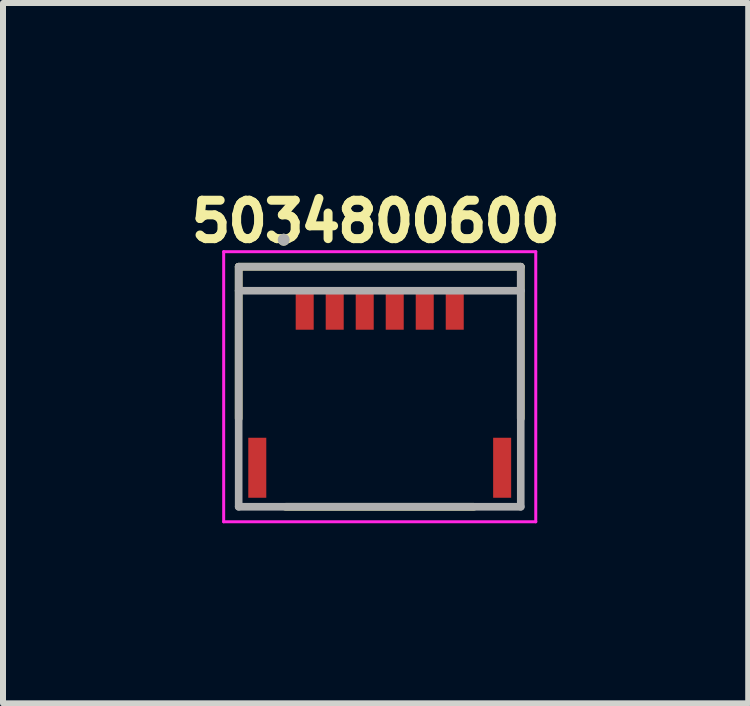
<source format=kicad_pcb>
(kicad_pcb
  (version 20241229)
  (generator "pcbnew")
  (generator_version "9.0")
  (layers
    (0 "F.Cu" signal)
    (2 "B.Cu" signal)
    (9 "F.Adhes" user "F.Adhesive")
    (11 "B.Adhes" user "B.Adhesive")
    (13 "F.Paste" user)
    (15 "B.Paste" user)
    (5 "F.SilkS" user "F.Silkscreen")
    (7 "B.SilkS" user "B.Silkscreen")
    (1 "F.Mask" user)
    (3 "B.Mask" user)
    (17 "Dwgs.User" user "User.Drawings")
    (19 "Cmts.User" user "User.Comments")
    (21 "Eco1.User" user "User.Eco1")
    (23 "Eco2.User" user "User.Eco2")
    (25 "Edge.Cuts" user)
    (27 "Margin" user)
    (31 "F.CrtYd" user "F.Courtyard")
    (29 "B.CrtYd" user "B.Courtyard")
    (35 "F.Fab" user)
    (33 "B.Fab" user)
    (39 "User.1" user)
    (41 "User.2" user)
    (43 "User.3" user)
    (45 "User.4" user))
  (footprint "5034800600"
    (layer "F.Cu")
    (at 3.277 3.494)
    (property "Reference" "5034800600" (at -0.068 -2.856 0) (layer "F.SilkS") (effects (font (size 0.64 0.64) (thickness 0.15))))
    (attr through_hole)
    (fp_line (start -2.35 -2.1) (end -2.35 0.43) (stroke (width 0.127) (type solid)) (layer "F.SilkS"))
    (fp_line (start -2.35 -2.1) (end 2.35 -2.1) (stroke (width 0.127) (type solid)) (layer "F.SilkS"))
    (fp_line (start -1.57 1.9) (end 1.57 1.9) (stroke (width 0.127) (type solid)) (layer "F.SilkS"))
    (fp_line (start 2.35 -2.1) (end 2.35 0.43) (stroke (width 0.127) (type solid)) (layer "F.SilkS"))
    (fp_circle (center -1.6 -2.55) (end -1.55 -2.55) (stroke (width 0.1) (type solid)) (fill no) (layer "F.SilkS"))
    (fp_line (start -2.6 -2.35) (end -2.6 2.15) (stroke (width 0.05) (type solid)) (layer "F.CrtYd"))
    (fp_line (start -2.6 2.15) (end 2.6 2.15) (stroke (width 0.05) (type solid)) (layer "F.CrtYd"))
    (fp_line (start 2.6 -2.35) (end -2.6 -2.35) (stroke (width 0.05) (type solid)) (layer "F.CrtYd"))
    (fp_line (start 2.6 2.15) (end 2.6 -2.35) (stroke (width 0.05) (type solid)) (layer "F.CrtYd"))
    (fp_line (start -2.35 -2.1) (end 2.35 -2.1) (stroke (width 0.127) (type solid)) (layer "F.Fab"))
    (fp_line (start -2.35 -1.7) (end -2.35 -2.1) (stroke (width 0.127) (type solid)) (layer "F.Fab"))
    (fp_line (start -2.35 -1.7) (end 2.35 -1.7) (stroke (width 0.127) (type solid)) (layer "F.Fab"))
    (fp_line (start -2.35 1.9) (end -2.35 -1.7) (stroke (width 0.127) (type solid)) (layer "F.Fab"))
    (fp_line (start 2.35 -2.1) (end 2.35 -1.7) (stroke (width 0.127) (type solid)) (layer "F.Fab"))
    (fp_line (start 2.35 -1.7) (end 2.35 1.9) (stroke (width 0.127) (type solid)) (layer "F.Fab"))
    (fp_line (start 2.35 1.9) (end -2.35 1.9) (stroke (width 0.127) (type solid)) (layer "F.Fab"))
    (fp_circle (center -1.6 -2.55) (end -1.55 -2.55) (stroke (width 0.1) (type solid)) (fill no) (layer "F.Fab"))
    (pad "1" smd rect (at -1.25 -1.4) (size 0.3 0.7) (layers "F.Cu" "F.Mask" "F.Paste"))
    (pad "2" smd rect (at -0.75 -1.4) (size 0.3 0.7) (layers "F.Cu" "F.Mask" "F.Paste"))
    (pad "3" smd rect (at -0.25 -1.4) (size 0.3 0.7) (layers "F.Cu" "F.Mask" "F.Paste"))
    (pad "4" smd rect (at 0.25 -1.4) (size 0.3 0.7) (layers "F.Cu" "F.Mask" "F.Paste"))
    (pad "5" smd rect (at 0.75 -1.4) (size 0.3 0.7) (layers "F.Cu" "F.Mask" "F.Paste"))
    (pad "6" smd rect (at 1.25 -1.4) (size 0.3 0.7) (layers "F.Cu" "F.Mask" "F.Paste"))
    (pad "SH" smd rect (at -2.04 1.25) (size 0.3 1) (layers "F.Cu" "F.Mask" "F.Paste"))
    (pad "SH" smd rect (at 2.04 1.25) (size 0.3 1) (layers "F.Cu" "F.Mask" "F.Paste")))
  (gr_rect
    (start -3 -3)
    (end 9.417 8.669)
    (stroke (width 0.1) (type default))
    (fill no)
    (layer "Edge.Cuts")))
</source>
